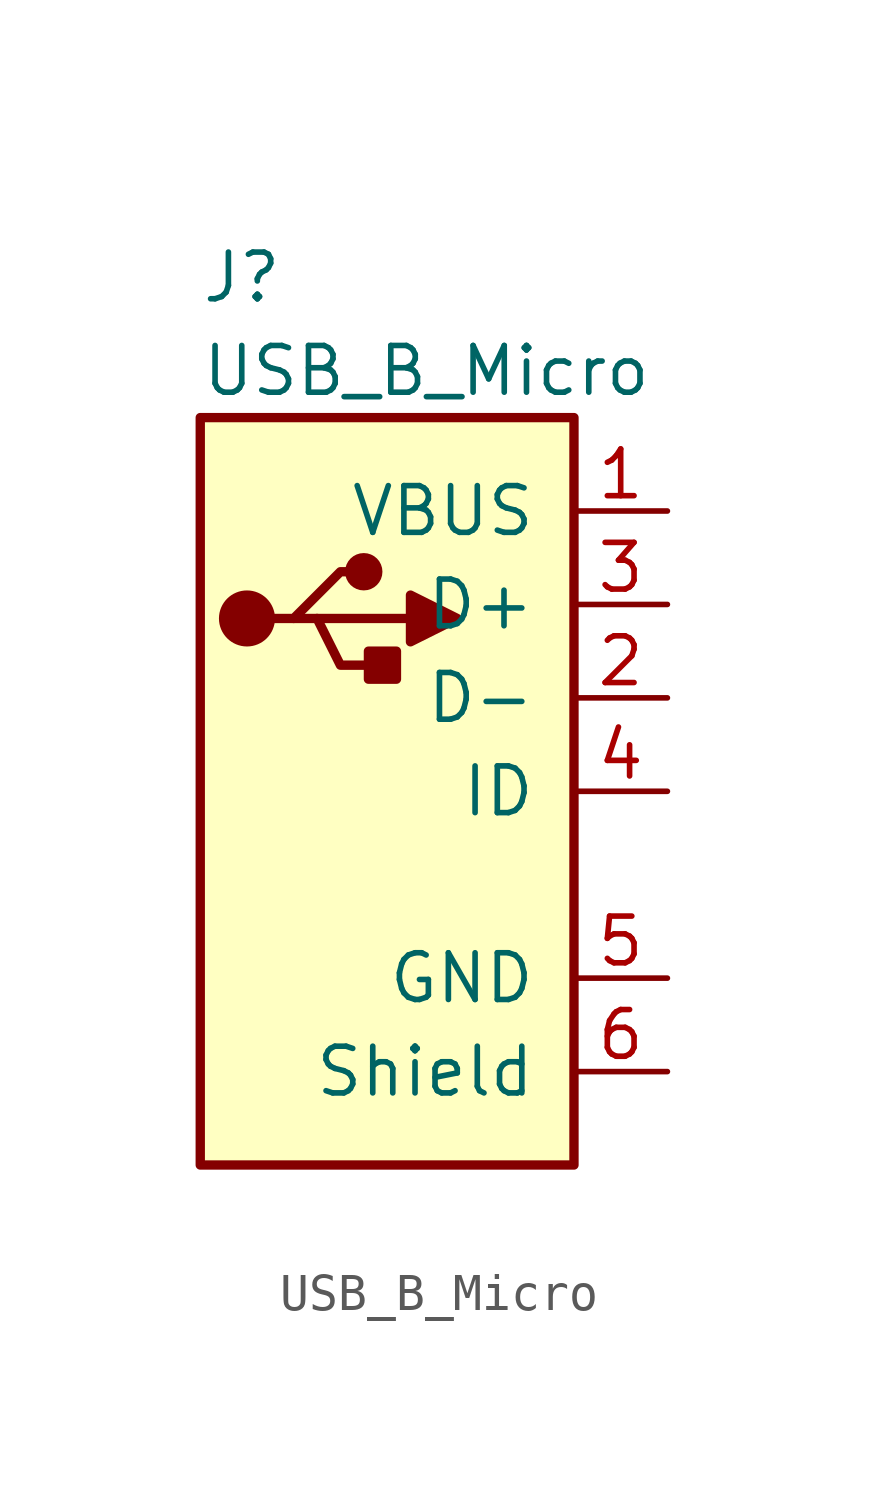
<source format=kicad_sym>
(kicad_symbol_lib
  (version 20231120)
  (generator "kicad_symbol_editor")
  (generator_version "8.0")
  (symbol "USB_B_Micro"
    (pin_names
      (offset 1.016))
    (property "Reference" "J"
      (at -5.08 11.43 0)
      (effects (font (size 1.27 1.27)) (justify left)))
    (property "Value" "USB_B_Micro"
      (at -5.08 8.89 0)
      (effects (font (size 1.27 1.27)) (justify left)))
    (symbol "USB_B_Micro_0_1"
      (rectangle (start -5.08 7.62) (end 5.08 -12.7) (stroke (width 0.254) (type default)) (fill (type background)))
      (circle (center -3.81 2.159) (radius 0.635) (stroke (width 0.254) (type default)) (fill (type outline)))
      (circle (center -0.635 3.429) (radius 0.381) (stroke (width 0.254) (type default)) (fill (type outline)))
      (polyline (pts (xy -1.905 2.159) (xy 0.635 2.159)) (stroke (width 0.254) (type default)) (fill (type none)))
      (polyline (pts (xy -3.175 2.159) (xy -2.54 2.159) (xy -1.27 3.429) (xy -0.635 3.429)) (stroke (width 0.254) (type default)) (fill (type none)))
      (polyline (pts (xy -2.54 2.159) (xy -1.905 2.159) (xy -1.27 0.889) (xy 0 0.889)) (stroke (width 0.254) (type default)) (fill (type none)))
      (polyline (pts (xy 0.635 2.794) (xy 0.635 1.524) (xy 1.905 2.159) (xy 0.635 2.794)) (stroke (width 0.254) (type default)) (fill (type outline)))
      (rectangle (start 0.254 1.27) (end -0.508 0.508) (stroke (width 0.254) (type default)) (fill (type outline))))
    (symbol "USB_B_Micro_1_1"
      (pin power_out line (at 7.62 5.08 180) (length 2.54) (name "VBUS" (effects (font (size 1.27 1.27)))) (number "1" (effects (font (size 1.27 1.27)))))
      (pin bidirectional line (at 7.62 0 180) (length 2.54) (name "D-" (effects (font (size 1.27 1.27)))) (number "2" (effects (font (size 1.27 1.27)))))
      (pin bidirectional line (at 7.62 2.54 180) (length 2.54) (name "D+" (effects (font (size 1.27 1.27)))) (number "3" (effects (font (size 1.27 1.27)))))
      (pin passive line (at 7.62 -2.54 180) (length 2.54) (name "ID" (effects (font (size 1.27 1.27)))) (number "4" (effects (font (size 1.27 1.27)))))
      (pin power_out line (at 7.62 -7.62 180) (length 2.54) (name "GND" (effects (font (size 1.27 1.27)))) (number "5" (effects (font (size 1.27 1.27)))))
      (pin passive line (at 7.62 -10.16 180) (length 2.54) (name "Shield" (effects (font (size 1.27 1.27)))) (number "6" (effects (font (size 1.27 1.27))))))))
</source>
